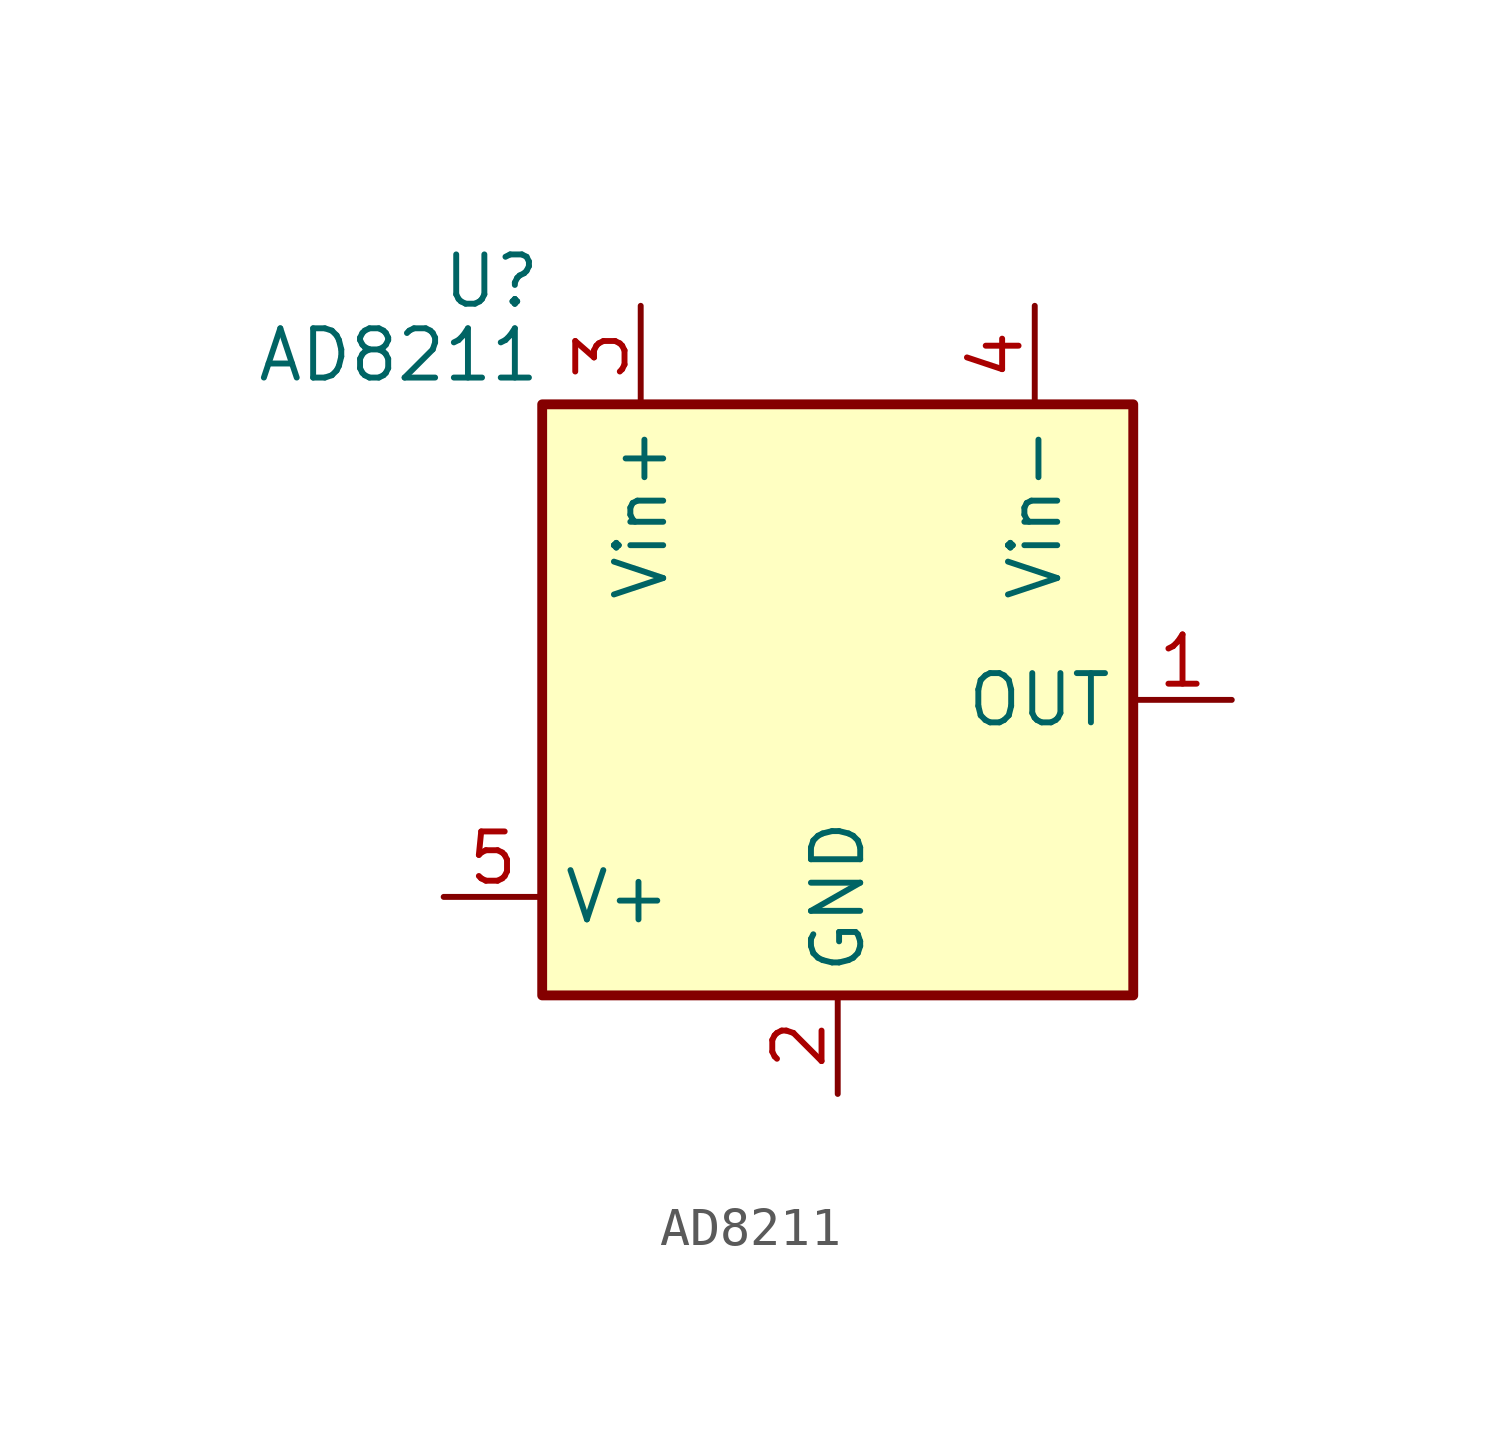
<source format=kicad_sym>
(kicad_symbol_lib
  (version 20201005)
  (generator kicad_symbol_editor)
  (symbol "AD8211"
    (property "Reference" "U"
      (at -7.62 10.795 0)
      (effects (font (size 1.27 1.27)) (justify right)))
    (property "Value" "AD8211"
      (at -7.62 8.89 0)
      (effects (font (size 1.27 1.27)) (justify right)))
    (symbol "AD8211_0_1"
      (rectangle (start -7.62 7.62) (end 7.62 -7.62) (stroke (width 0.254)) (fill (type background))))
    (symbol "AD8211_1_1"
      (pin output line (at 10.16 0 180) (length 2.54) (name "OUT" (effects (font (size 1.27 1.27)))) (number "1" (effects (font (size 1.27 1.27)))))
      (pin power_in line (at 0 -10.16 90) (length 2.54) (name "GND" (effects (font (size 1.27 1.27)))) (number "2" (effects (font (size 1.27 1.27)))))
      (pin input line (at -5.08 10.16 270) (length 2.54) (name "Vin+" (effects (font (size 1.27 1.27)))) (number "3" (effects (font (size 1.27 1.27)))))
      (pin input line (at 5.08 10.16 270) (length 2.54) (name "Vin-" (effects (font (size 1.27 1.27)))) (number "4" (effects (font (size 1.27 1.27)))))
      (pin power_in line (at -10.16 -5.08 0) (length 2.54) (name "V+" (effects (font (size 1.27 1.27)))) (number "5" (effects (font (size 1.27 1.27))))))))
</source>
